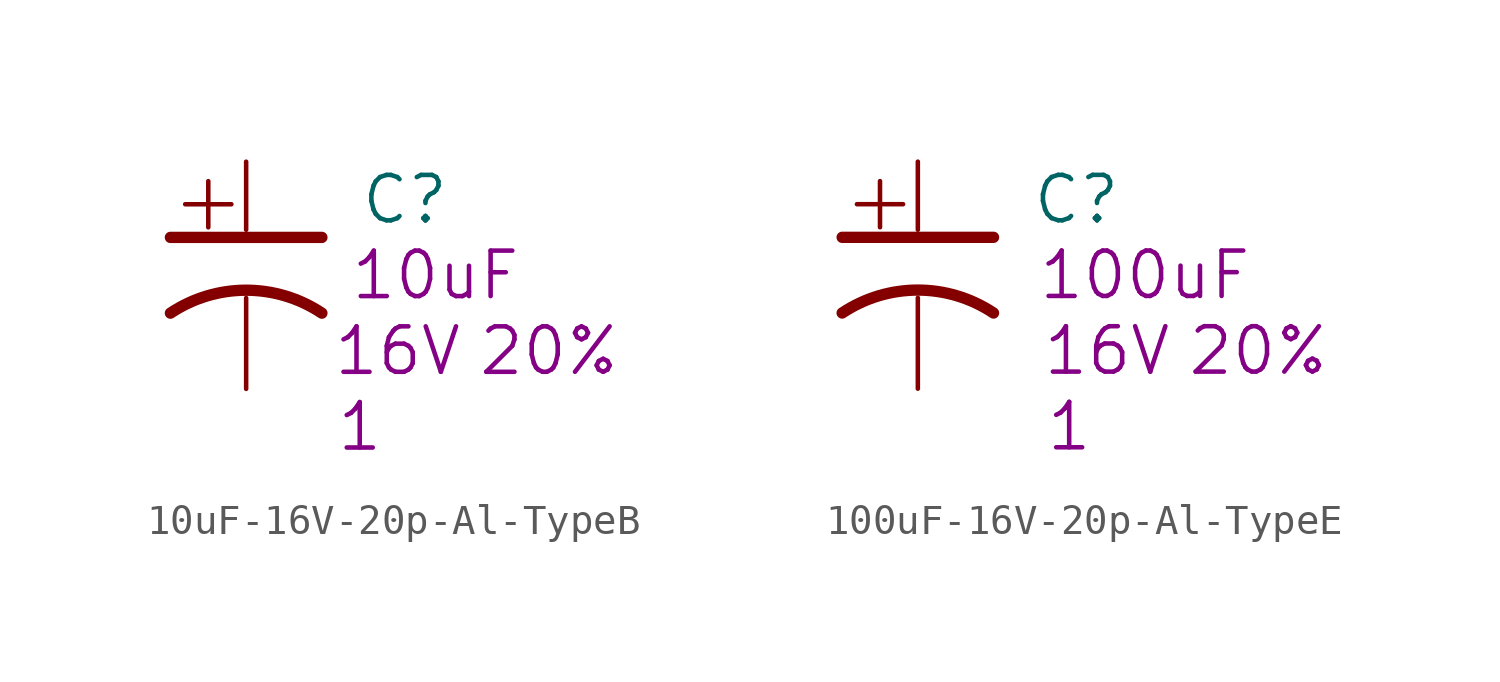
<source format=kicad_sym>
(kicad_symbol_lib
  (version 20201005)
  (generator kicad_symbol_editor)
  (symbol "10uF-16V-20p-Al-TypeB"
    (pin_numbers hide)
    (pin_names
      (offset 0.254) hide)
    (property "Reference" "C"
      (at 3.81 -1.27 0)
      (effects (font (size 1.524 1.524)) (justify left)))
    (property "Qty" "1"
      (at 3.81 -8.89 0)
      (effects (font (size 1.524 1.524))))
    (property "Desc1" "10uF"
      (at 6.35 -3.81 0)
      (effects (font (size 1.524 1.524))))
    (property "Desc2" "16V"
      (at 5.08 -6.35 0)
      (effects (font (size 1.524 1.524))))
    (property "Desc3" "20%"
      (at 10.16 -6.35 0)
      (effects (font (size 1.524 1.524))))
    (symbol "10uF-16V-20p-Al-TypeB_0_0"
      (text "+" (at -1.27 -1.27 0) (effects (font (size 2.032 2.032)))))
    (symbol "10uF-16V-20p-Al-TypeB_0_1"
      (arc (start 2.54 -5.08) (end -2.54 -5.08) (radius (at 0 -8.89) (length 4.572) (angles 56.3 123.6)) (stroke (width 0.381)) (fill (type none)))
      (polyline (pts (xy -2.54 -2.54) (xy 2.54 -2.54) (xy 1.27 -2.54) (xy 1.27 -2.54)) (stroke (width 0.381)) (fill (type none))))
    (symbol "10uF-16V-20p-Al-TypeB_1_1"
      (pin passive line (at 0 0 270) (length 2.286) (name "~" (effects (font (size 1.016 1.016)))) (number "1" (effects (font (size 1.016 1.016)))))
      (pin passive line (at 0 -7.62 90) (length 3.048) (name "~" (effects (font (size 1.016 1.016)))) (number "2" (effects (font (size 1.016 1.016)))))))
  (symbol "100uF-16V-20p-Al-TypeE"
    (pin_numbers hide)
    (pin_names
      (offset 0.254) hide)
    (property "Reference" "C"
      (at 3.81 -1.27 0)
      (effects (font (size 1.524 1.524)) (justify left)))
    (property "Qty" "1"
      (at 5.08 -8.89 0)
      (effects (font (size 1.524 1.524))))
    (property "Desc1" "100uF"
      (at 7.62 -3.81 0)
      (effects (font (size 1.524 1.524))))
    (property "Desc2" "16V"
      (at 6.35 -6.35 0)
      (effects (font (size 1.524 1.524))))
    (property "Desc3" "20%"
      (at 11.43 -6.35 0)
      (effects (font (size 1.524 1.524))))
    (symbol "100uF-16V-20p-Al-TypeE_0_0"
      (text "+" (at -1.27 -1.27 0) (effects (font (size 2.032 2.032)))))
    (symbol "100uF-16V-20p-Al-TypeE_0_1"
      (arc (start 2.54 -5.08) (end -2.54 -5.08) (radius (at 0 -8.89) (length 4.572) (angles 56.3 123.6)) (stroke (width 0.381)) (fill (type none)))
      (polyline (pts (xy -2.54 -2.54) (xy 2.54 -2.54) (xy 1.27 -2.54) (xy 1.27 -2.54)) (stroke (width 0.381)) (fill (type none))))
    (symbol "100uF-16V-20p-Al-TypeE_1_1"
      (pin passive line (at 0 0 270) (length 2.286) (name "~" (effects (font (size 1.016 1.016)))) (number "1" (effects (font (size 1.016 1.016)))))
      (pin passive line (at 0 -7.62 90) (length 3.048) (name "~" (effects (font (size 1.016 1.016)))) (number "2" (effects (font (size 1.016 1.016))))))))
</source>
